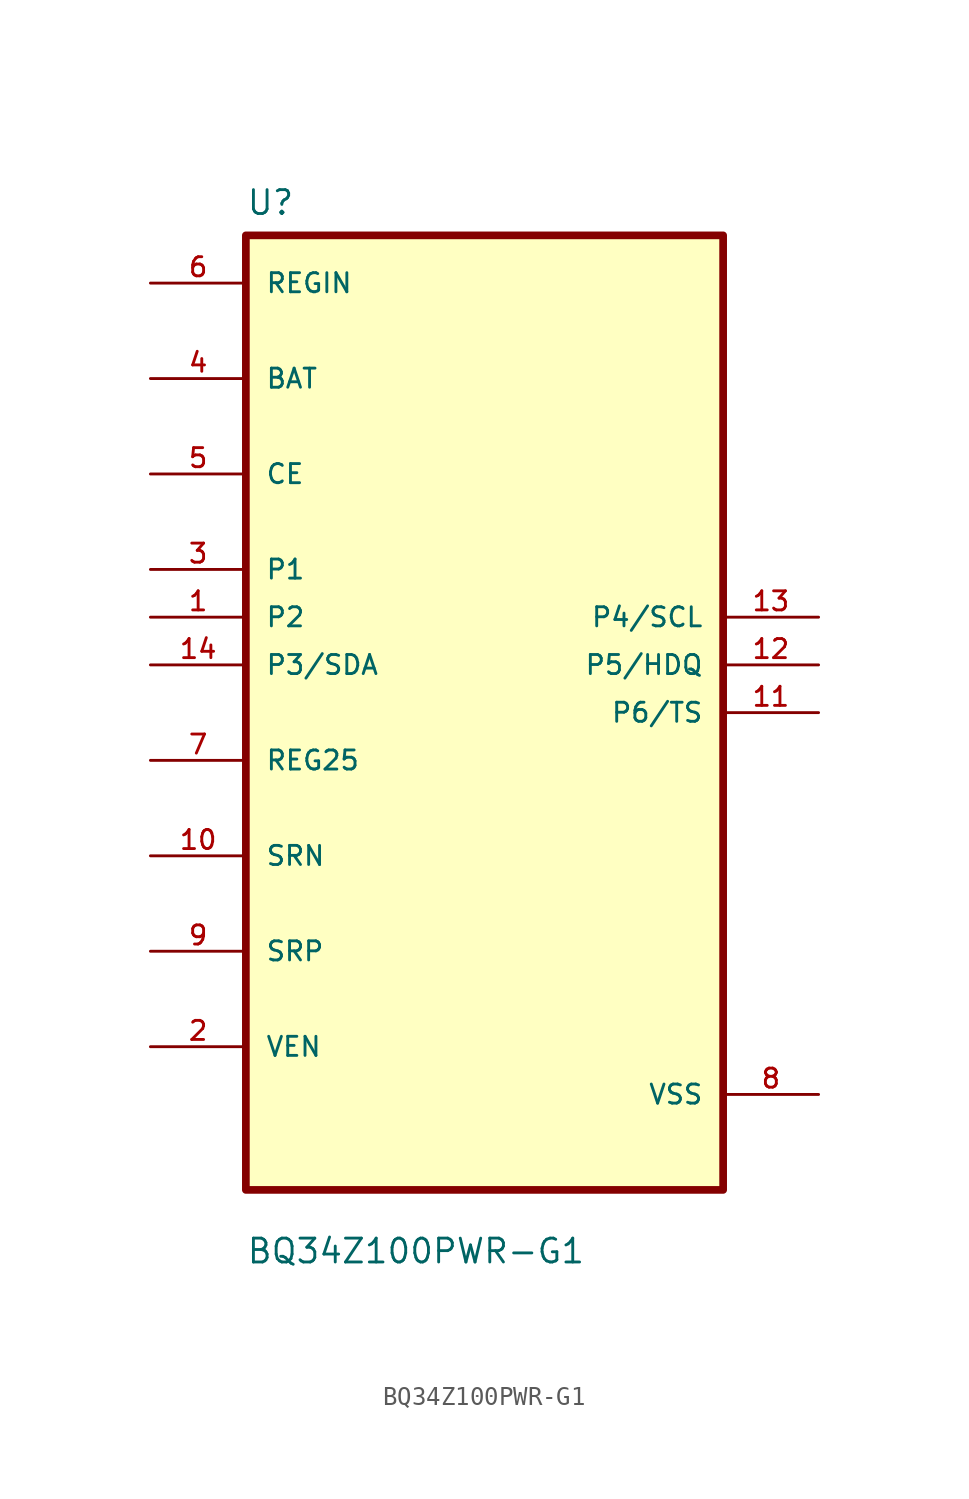
<source format=kicad_sym>
(kicad_symbol_lib
  (version 20231120)
  (generator "kicad_symbol_editor")
  (generator_version "8.0")
  (symbol "BQ34Z100PWR-G1"
    (pin_names
      (offset 1.016))
    (property "Reference" "U"
      (at -12.7 26.4 0)
      (effects (font (size 1.27 1.27)) (justify left bottom)))
    (property "Value" "BQ34Z100PWR-G1"
      (at -12.7 -29.4 0)
      (effects (font (size 1.27 1.27)) (justify left bottom)))
    (symbol "BQ34Z100PWR-G1_0_0"
      (rectangle (start -12.7 25.4) (end 12.7 -25.4) (stroke (width 0.41) (type default)) (fill (type background)))
      (pin bidirectional line (at 17.78 2.54 180) (length 5.08) (name "P5/HDQ" (effects (font (size 1.016 1.016)))) (number "12" (effects (font (size 1.016 1.016)))))
      (pin bidirectional line (at -17.78 2.54 0) (length 5.08) (name "P3/SDA" (effects (font (size 1.016 1.016)))) (number "14" (effects (font (size 1.016 1.016)))))
      (pin power_in line (at 17.78 -20.32 180) (length 5.08) (name "VSS" (effects (font (size 1.016 1.016)))) (number "8" (effects (font (size 1.016 1.016))))))
    (symbol "BQ34Z100PWR-G1_1_0"
      (pin output line (at -17.78 5.08 0) (length 5.08) (name "P2" (effects (font (size 1.016 1.016)))) (number "1" (effects (font (size 1.016 1.016)))))
      (pin input line (at -17.78 -7.62 0) (length 5.08) (name "SRN" (effects (font (size 1.016 1.016)))) (number "10" (effects (font (size 1.016 1.016)))))
      (pin input line (at 17.78 0 180) (length 5.08) (name "P6/TS" (effects (font (size 1.016 1.016)))) (number "11" (effects (font (size 1.016 1.016)))))
      (pin input line (at 17.78 5.08 180) (length 5.08) (name "P4/SCL" (effects (font (size 1.016 1.016)))) (number "13" (effects (font (size 1.016 1.016)))))
      (pin output line (at -17.78 -17.78 0) (length 5.08) (name "VEN" (effects (font (size 1.016 1.016)))) (number "2" (effects (font (size 1.016 1.016)))))
      (pin output line (at -17.78 7.62 0) (length 5.08) (name "P1" (effects (font (size 1.016 1.016)))) (number "3" (effects (font (size 1.016 1.016)))))
      (pin input line (at -17.78 17.78 0) (length 5.08) (name "BAT" (effects (font (size 1.016 1.016)))) (number "4" (effects (font (size 1.016 1.016)))))
      (pin input line (at -17.78 12.7 0) (length 5.08) (name "CE" (effects (font (size 1.016 1.016)))) (number "5" (effects (font (size 1.016 1.016)))))
      (pin power_in line (at -17.78 22.86 0) (length 5.08) (name "REGIN" (effects (font (size 1.016 1.016)))) (number "6" (effects (font (size 1.016 1.016)))))
      (pin power_out line (at -17.78 -2.54 0) (length 5.08) (name "REG25" (effects (font (size 1.016 1.016)))) (number "7" (effects (font (size 1.016 1.016)))))
      (pin input line (at -17.78 -12.7 0) (length 5.08) (name "SRP" (effects (font (size 1.016 1.016)))) (number "9" (effects (font (size 1.016 1.016))))))))
</source>
